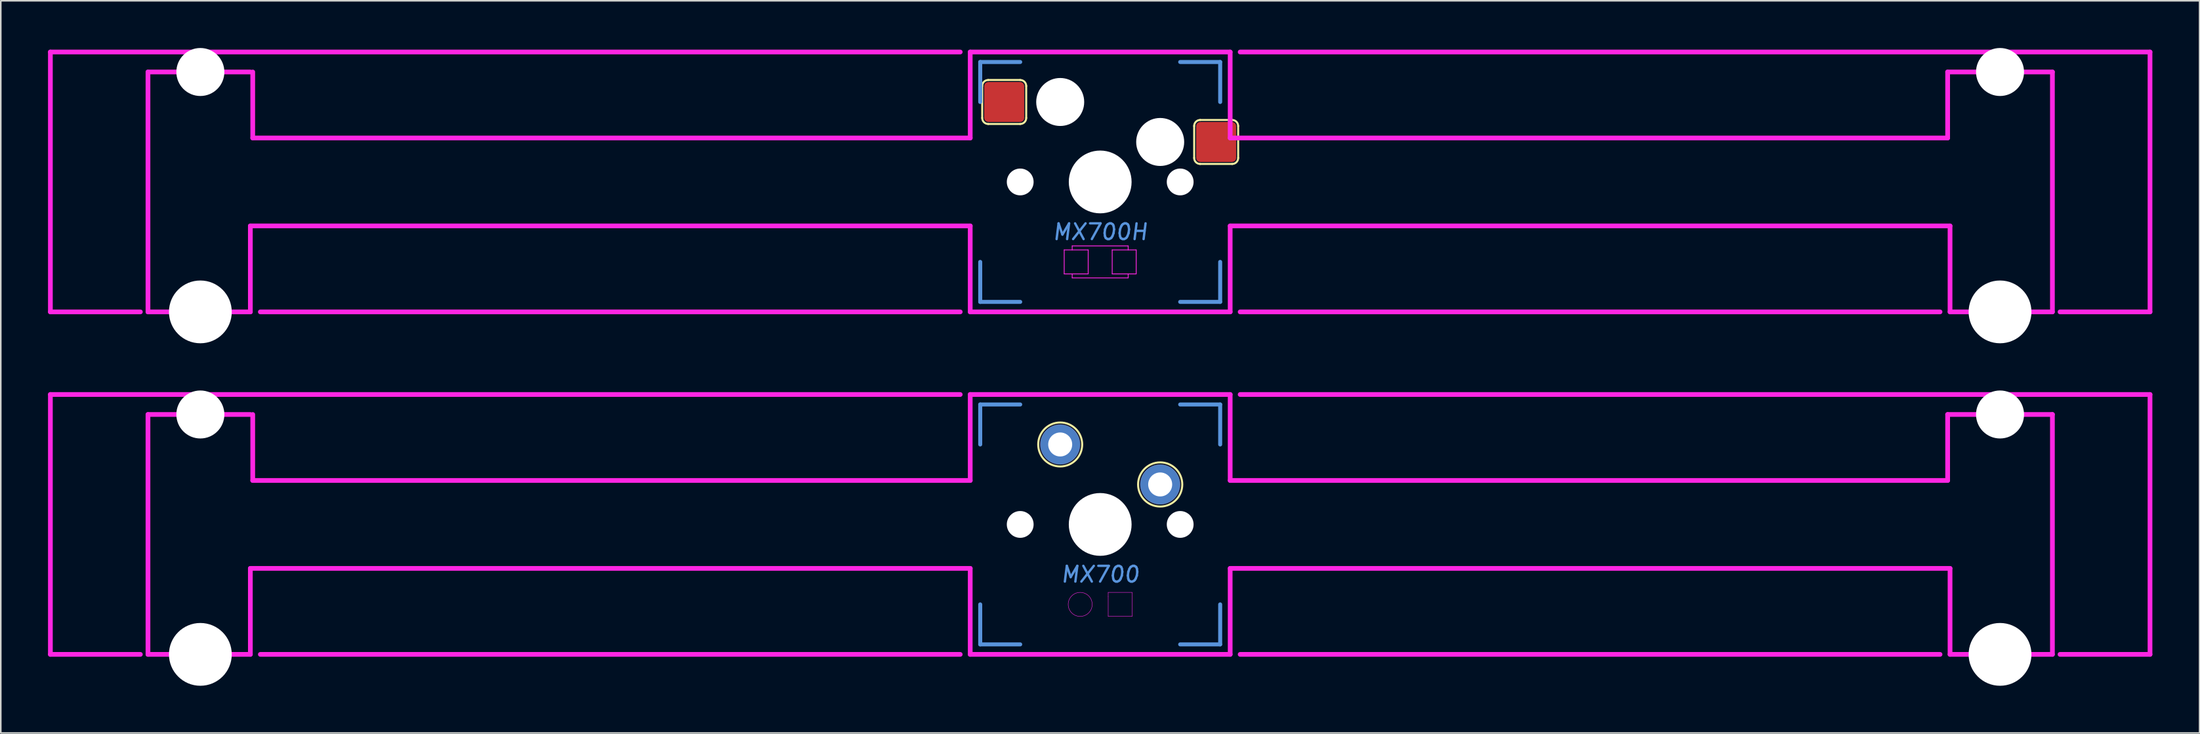
<source format=kicad_pcb>
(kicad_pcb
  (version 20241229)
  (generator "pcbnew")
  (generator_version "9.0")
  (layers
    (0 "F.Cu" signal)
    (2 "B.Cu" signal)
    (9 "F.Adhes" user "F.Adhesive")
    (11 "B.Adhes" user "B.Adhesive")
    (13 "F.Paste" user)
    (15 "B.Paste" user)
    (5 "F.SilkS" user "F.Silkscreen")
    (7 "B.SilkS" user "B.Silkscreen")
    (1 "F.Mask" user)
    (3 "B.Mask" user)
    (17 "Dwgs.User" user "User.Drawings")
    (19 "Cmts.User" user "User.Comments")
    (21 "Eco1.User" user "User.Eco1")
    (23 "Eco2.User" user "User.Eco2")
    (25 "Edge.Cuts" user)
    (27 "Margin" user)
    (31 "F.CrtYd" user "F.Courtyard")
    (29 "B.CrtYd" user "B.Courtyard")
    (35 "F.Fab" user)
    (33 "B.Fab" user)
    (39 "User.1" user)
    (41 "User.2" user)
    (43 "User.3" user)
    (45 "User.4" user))
  (footprint "MX700"
    (layer "F.Cu")
    (at 66.825 30.267)
    (property "Reference" "MX700" (at 0 3.175 0) (layer "Cmts.User") (effects (font (size 1 1) (thickness 0.15) (italic yes))))
    (attr through_hole)
    (fp_circle (center -2.54 -5.08) (end -1.143 -5.08) (stroke (width 0.127) (type solid)) (fill no) (layer "F.SilkS"))
    (fp_circle (center 3.81 -2.54) (end 5.213 -2.54) (stroke (width 0.127) (type solid)) (fill no) (layer "F.SilkS"))
    (fp_line (start -7.62 -7.62) (end -7.62 -5.08) (stroke (width 0.254) (type solid)) (layer "Cmts.User"))
    (fp_line (start -7.62 -7.62) (end -5.08 -7.62) (stroke (width 0.254) (type solid)) (layer "Cmts.User"))
    (fp_line (start -7.62 7.62) (end -7.62 5.08) (stroke (width 0.254) (type solid)) (layer "Cmts.User"))
    (fp_line (start -7.62 7.62) (end -5.08 7.62) (stroke (width 0.254) (type solid)) (layer "Cmts.User"))
    (fp_line (start 7.62 -7.62) (end 5.08 -7.62) (stroke (width 0.254) (type solid)) (layer "Cmts.User"))
    (fp_line (start 7.62 -7.62) (end 7.62 -5.08) (stroke (width 0.254) (type solid)) (layer "Cmts.User"))
    (fp_line (start 7.62 7.62) (end 5.08 7.62) (stroke (width 0.254) (type solid)) (layer "Cmts.User"))
    (fp_line (start 7.62 7.62) (end 7.62 5.08) (stroke (width 0.254) (type solid)) (layer "Cmts.User"))
    (fp_line (start -66.675 -8.255) (end -66.675 8.255) (stroke (width 0.3) (type solid)) (layer "F.CrtYd"))
    (fp_line (start -66.675 -8.255) (end -8.89 -8.255) (stroke (width 0.3) (type solid)) (layer "F.CrtYd"))
    (fp_line (start -66.675 8.255) (end -60.96 8.255) (stroke (width 0.3) (type solid)) (layer "F.CrtYd"))
    (fp_line (start -60.477 -6.985) (end -60.477 8.255) (stroke (width 0.3) (type solid)) (layer "F.CrtYd"))
    (fp_line (start -53.975 -6.985) (end -60.477 -6.985) (stroke (width 0.3) (type solid)) (layer "F.CrtYd"))
    (fp_line (start -53.975 2.794) (end -53.975 8.255) (stroke (width 0.3) (type solid)) (layer "F.CrtYd"))
    (fp_line (start -53.975 2.794) (end -8.255 2.794) (stroke (width 0.3) (type solid)) (layer "F.CrtYd"))
    (fp_line (start -53.975 8.255) (end -60.477 8.255) (stroke (width 0.3) (type solid)) (layer "F.CrtYd"))
    (fp_line (start -53.823 -6.985) (end -53.823 -2.794) (stroke (width 0.3) (type solid)) (layer "F.CrtYd"))
    (fp_line (start -53.823 -2.794) (end -8.255 -2.794) (stroke (width 0.3) (type solid)) (layer "F.CrtYd"))
    (fp_line (start -53.34 8.255) (end -8.89 8.255) (stroke (width 0.3) (type solid)) (layer "F.CrtYd"))
    (fp_line (start -8.255 -8.255) (end -8.255 -2.794) (stroke (width 0.3) (type solid)) (layer "F.CrtYd"))
    (fp_line (start -8.255 2.794) (end -8.255 8.255) (stroke (width 0.3) (type solid)) (layer "F.CrtYd"))
    (fp_line (start -8.255 8.255) (end 8.255 8.255) (stroke (width 0.3) (type solid)) (layer "F.CrtYd"))
    (fp_line (start 0.508 4.318) (end 2.032 4.318) (stroke (width 0.025) (type solid)) (layer "F.CrtYd"))
    (fp_line (start 0.508 4.572) (end 0.508 4.318) (stroke (width 0.025) (type solid)) (layer "F.CrtYd"))
    (fp_line (start 0.508 5.842) (end 0.508 4.572) (stroke (width 0.025) (type solid)) (layer "F.CrtYd"))
    (fp_line (start 2.032 4.318) (end 2.032 5.842) (stroke (width 0.025) (type solid)) (layer "F.CrtYd"))
    (fp_line (start 2.032 5.842) (end 0.508 5.842) (stroke (width 0.025) (type solid)) (layer "F.CrtYd"))
    (fp_line (start 8.255 -8.255) (end -8.255 -8.255) (stroke (width 0.3) (type solid)) (layer "F.CrtYd"))
    (fp_line (start 8.255 -8.255) (end 8.255 -2.794) (stroke (width 0.3) (type solid)) (layer "F.CrtYd"))
    (fp_line (start 8.255 2.794) (end 8.255 8.255) (stroke (width 0.3) (type solid)) (layer "F.CrtYd"))
    (fp_line (start 53.34 8.255) (end 8.89 8.255) (stroke (width 0.3) (type solid)) (layer "F.CrtYd"))
    (fp_line (start 53.823 -6.985) (end 53.823 -2.794) (stroke (width 0.3) (type solid)) (layer "F.CrtYd"))
    (fp_line (start 53.823 -2.794) (end 8.255 -2.794) (stroke (width 0.3) (type solid)) (layer "F.CrtYd"))
    (fp_line (start 53.975 2.794) (end 8.255 2.794) (stroke (width 0.3) (type solid)) (layer "F.CrtYd"))
    (fp_line (start 53.975 2.794) (end 53.975 8.255) (stroke (width 0.3) (type solid)) (layer "F.CrtYd"))
    (fp_line (start 60.477 -6.985) (end 53.823 -6.985) (stroke (width 0.3) (type solid)) (layer "F.CrtYd"))
    (fp_line (start 60.477 -6.985) (end 60.477 8.255) (stroke (width 0.3) (type solid)) (layer "F.CrtYd"))
    (fp_line (start 60.477 8.255) (end 53.975 8.255) (stroke (width 0.3) (type solid)) (layer "F.CrtYd"))
    (fp_line (start 66.675 -8.255) (end 8.89 -8.255) (stroke (width 0.3) (type solid)) (layer "F.CrtYd"))
    (fp_line (start 66.675 -8.255) (end 66.675 8.255) (stroke (width 0.3) (type solid)) (layer "F.CrtYd"))
    (fp_line (start 66.675 8.255) (end 60.96 8.255) (stroke (width 0.3) (type solid)) (layer "F.CrtYd"))
    (fp_circle (center -1.27 5.08) (end -0.508 5.08) (stroke (width 0.025) (type solid)) (fill no) (layer "F.CrtYd"))
    (pad "" np_thru_hole circle (at -57.15 -6.985) (size 3.048 3.048) (drill 3.048) (layers "*.Cu" "*.Mask"))
    (pad "" np_thru_hole circle (at -57.15 8.255) (size 3.988 3.988) (drill 3.988) (layers "*.Cu" "*.Mask"))
    (pad "" np_thru_hole circle (at -5.08 0) (size 1.702 1.702) (drill 1.702) (layers "*.Cu" "*.Mask"))
    (pad "" np_thru_hole circle (at 0 0) (size 3.988 3.988) (drill 3.988) (layers "*.Cu" "*.Mask"))
    (pad "" np_thru_hole circle (at 5.08 0) (size 1.702 1.702) (drill 1.702) (layers "*.Cu" "*.Mask"))
    (pad "" np_thru_hole circle (at 57.15 -6.985) (size 3.048 3.048) (drill 3.048) (layers "*.Cu" "*.Mask"))
    (pad "" np_thru_hole circle (at 57.15 8.255) (size 3.988 3.988) (drill 3.988) (layers "*.Cu" "*.Mask"))
    (pad "1" thru_hole circle (at 3.81 -2.54) (size 2.54 2.54) (drill 1.524) (layers "*.Cu" "*.Mask"))
    (pad "2" thru_hole circle (at -2.54 -5.08) (size 2.54 2.54) (drill 1.524) (layers "*.Cu" "*.Mask")))
  (footprint "MX700H"
    (layer "F.Cu")
    (at 66.825 8.509)
    (property "Reference" "MX700H" (at 0 3.175 0) (layer "Cmts.User") (effects (font (size 1 1) (thickness 0.15) (italic yes))))
    (attr through_hole)
    (fp_line (start -7.493 -6.096) (end -7.493 -4.064) (stroke (width 0.127) (type solid)) (layer "F.SilkS"))
    (fp_line (start -7.112 -3.683) (end -5.08 -3.683) (stroke (width 0.127) (type solid)) (layer "F.SilkS"))
    (fp_line (start -5.08 -6.477) (end -7.112 -6.477) (stroke (width 0.127) (type solid)) (layer "F.SilkS"))
    (fp_line (start -4.699 -4.064) (end -4.699 -6.096) (stroke (width 0.127) (type solid)) (layer "F.SilkS"))
    (fp_line (start 5.969 -3.556) (end 5.969 -1.524) (stroke (width 0.127) (type solid)) (layer "F.SilkS"))
    (fp_line (start 6.35 -1.143) (end 8.382 -1.143) (stroke (width 0.127) (type solid)) (layer "F.SilkS"))
    (fp_line (start 8.382 -3.937) (end 6.35 -3.937) (stroke (width 0.127) (type solid)) (layer "F.SilkS"))
    (fp_line (start 8.763 -1.524) (end 8.763 -3.556) (stroke (width 0.127) (type solid)) (layer "F.SilkS"))
    (fp_arc (start -7.493 -6.096) (mid -7.381408 -6.365408) (end -7.112 -6.477) (stroke (width 0.127) (type solid)) (layer "F.SilkS"))
    (fp_arc (start -7.112 -3.683) (mid -7.381408 -3.794592) (end -7.493 -4.064) (stroke (width 0.127) (type solid)) (layer "F.SilkS"))
    (fp_arc (start -5.08 -6.477) (mid -4.810592 -6.365408) (end -4.699 -6.096) (stroke (width 0.127) (type solid)) (layer "F.SilkS"))
    (fp_arc (start -4.699 -4.064) (mid -4.810592 -3.794592) (end -5.08 -3.683) (stroke (width 0.127) (type solid)) (layer "F.SilkS"))
    (fp_arc (start 5.969 -3.556) (mid 6.080592 -3.825408) (end 6.35 -3.937) (stroke (width 0.127) (type solid)) (layer "F.SilkS"))
    (fp_arc (start 6.35 -1.143) (mid 6.080592 -1.254592) (end 5.969 -1.524) (stroke (width 0.127) (type solid)) (layer "F.SilkS"))
    (fp_arc (start 8.382 -3.937) (mid 8.651408 -3.825408) (end 8.763 -3.556) (stroke (width 0.127) (type solid)) (layer "F.SilkS"))
    (fp_arc (start 8.763 -1.524) (mid 8.651408 -1.254592) (end 8.382 -1.143) (stroke (width 0.127) (type solid)) (layer "F.SilkS"))
    (fp_line (start -7.62 -7.62) (end -7.62 -5.08) (stroke (width 0.254) (type solid)) (layer "Cmts.User"))
    (fp_line (start -7.62 -7.62) (end -5.08 -7.62) (stroke (width 0.254) (type solid)) (layer "Cmts.User"))
    (fp_line (start -7.62 7.62) (end -7.62 5.08) (stroke (width 0.254) (type solid)) (layer "Cmts.User"))
    (fp_line (start -7.62 7.62) (end -5.08 7.62) (stroke (width 0.254) (type solid)) (layer "Cmts.User"))
    (fp_line (start 7.62 -7.62) (end 5.08 -7.62) (stroke (width 0.254) (type solid)) (layer "Cmts.User"))
    (fp_line (start 7.62 -7.62) (end 7.62 -5.08) (stroke (width 0.254) (type solid)) (layer "Cmts.User"))
    (fp_line (start 7.62 7.62) (end 5.08 7.62) (stroke (width 0.254) (type solid)) (layer "Cmts.User"))
    (fp_line (start 7.62 7.62) (end 7.62 5.08) (stroke (width 0.254) (type solid)) (layer "Cmts.User"))
    (fp_line (start -66.675 -8.255) (end -66.675 8.255) (stroke (width 0.3) (type solid)) (layer "F.CrtYd"))
    (fp_line (start -66.675 -8.255) (end -8.89 -8.255) (stroke (width 0.3) (type solid)) (layer "F.CrtYd"))
    (fp_line (start -66.675 8.255) (end -60.96 8.255) (stroke (width 0.3) (type solid)) (layer "F.CrtYd"))
    (fp_line (start -60.477 -6.985) (end -60.477 8.255) (stroke (width 0.3) (type solid)) (layer "F.CrtYd"))
    (fp_line (start -53.975 -6.985) (end -60.477 -6.985) (stroke (width 0.3) (type solid)) (layer "F.CrtYd"))
    (fp_line (start -53.975 2.794) (end -53.975 8.255) (stroke (width 0.3) (type solid)) (layer "F.CrtYd"))
    (fp_line (start -53.975 2.794) (end -8.255 2.794) (stroke (width 0.3) (type solid)) (layer "F.CrtYd"))
    (fp_line (start -53.975 8.255) (end -60.477 8.255) (stroke (width 0.3) (type solid)) (layer "F.CrtYd"))
    (fp_line (start -53.823 -6.985) (end -53.823 -2.794) (stroke (width 0.3) (type solid)) (layer "F.CrtYd"))
    (fp_line (start -53.823 -2.794) (end -8.255 -2.794) (stroke (width 0.3) (type solid)) (layer "F.CrtYd"))
    (fp_line (start -53.34 8.255) (end -8.89 8.255) (stroke (width 0.3) (type solid)) (layer "F.CrtYd"))
    (fp_line (start -8.255 -8.255) (end -8.255 -2.794) (stroke (width 0.3) (type solid)) (layer "F.CrtYd"))
    (fp_line (start -8.255 2.794) (end -8.255 8.255) (stroke (width 0.3) (type solid)) (layer "F.CrtYd"))
    (fp_line (start -8.255 8.255) (end 8.255 8.255) (stroke (width 0.3) (type solid)) (layer "F.CrtYd"))
    (fp_line (start -2.286 4.318) (end -0.762 4.318) (stroke (width 0.051) (type solid)) (layer "F.CrtYd"))
    (fp_line (start -2.286 5.842) (end -2.286 4.318) (stroke (width 0.051) (type solid)) (layer "F.CrtYd"))
    (fp_line (start -1.778 4.064) (end 1.778 4.064) (stroke (width 0.051) (type solid)) (layer "F.CrtYd"))
    (fp_line (start -1.778 4.318) (end -1.778 4.064) (stroke (width 0.051) (type solid)) (layer "F.CrtYd"))
    (fp_line (start -1.778 6.096) (end -1.778 5.842) (stroke (width 0.051) (type solid)) (layer "F.CrtYd"))
    (fp_line (start -0.762 4.318) (end -0.762 5.842) (stroke (width 0.051) (type solid)) (layer "F.CrtYd"))
    (fp_line (start -0.762 5.842) (end -2.286 5.842) (stroke (width 0.051) (type solid)) (layer "F.CrtYd"))
    (fp_line (start 0.762 4.318) (end 2.286 4.318) (stroke (width 0.051) (type solid)) (layer "F.CrtYd"))
    (fp_line (start 0.762 5.842) (end 0.762 4.318) (stroke (width 0.051) (type solid)) (layer "F.CrtYd"))
    (fp_line (start 1.778 4.064) (end 1.778 4.318) (stroke (width 0.051) (type solid)) (layer "F.CrtYd"))
    (fp_line (start 1.778 5.842) (end 1.778 6.096) (stroke (width 0.051) (type solid)) (layer "F.CrtYd"))
    (fp_line (start 1.778 6.096) (end -1.778 6.096) (stroke (width 0.051) (type solid)) (layer "F.CrtYd"))
    (fp_line (start 2.286 4.318) (end 2.286 5.842) (stroke (width 0.051) (type solid)) (layer "F.CrtYd"))
    (fp_line (start 2.286 5.842) (end 0.762 5.842) (stroke (width 0.051) (type solid)) (layer "F.CrtYd"))
    (fp_line (start 8.255 -8.255) (end -8.255 -8.255) (stroke (width 0.3) (type solid)) (layer "F.CrtYd"))
    (fp_line (start 8.255 -8.255) (end 8.255 -2.794) (stroke (width 0.3) (type solid)) (layer "F.CrtYd"))
    (fp_line (start 8.255 2.794) (end 8.255 8.255) (stroke (width 0.3) (type solid)) (layer "F.CrtYd"))
    (fp_line (start 53.34 8.255) (end 8.89 8.255) (stroke (width 0.3) (type solid)) (layer "F.CrtYd"))
    (fp_line (start 53.823 -6.985) (end 53.823 -2.794) (stroke (width 0.3) (type solid)) (layer "F.CrtYd"))
    (fp_line (start 53.823 -2.794) (end 8.255 -2.794) (stroke (width 0.3) (type solid)) (layer "F.CrtYd"))
    (fp_line (start 53.975 2.794) (end 8.255 2.794) (stroke (width 0.3) (type solid)) (layer "F.CrtYd"))
    (fp_line (start 53.975 2.794) (end 53.975 8.255) (stroke (width 0.3) (type solid)) (layer "F.CrtYd"))
    (fp_line (start 60.477 -6.985) (end 53.823 -6.985) (stroke (width 0.3) (type solid)) (layer "F.CrtYd"))
    (fp_line (start 60.477 -6.985) (end 60.477 8.255) (stroke (width 0.3) (type solid)) (layer "F.CrtYd"))
    (fp_line (start 60.477 8.255) (end 53.975 8.255) (stroke (width 0.3) (type solid)) (layer "F.CrtYd"))
    (fp_line (start 66.675 -8.255) (end 8.89 -8.255) (stroke (width 0.3) (type solid)) (layer "F.CrtYd"))
    (fp_line (start 66.675 -8.255) (end 66.675 8.255) (stroke (width 0.3) (type solid)) (layer "F.CrtYd"))
    (fp_line (start 66.675 8.255) (end 60.96 8.255) (stroke (width 0.3) (type solid)) (layer "F.CrtYd"))
    (pad "" np_thru_hole circle (at -57.15 -6.985) (size 3.048 3.048) (drill 3.048) (layers "*.Cu" "*.Mask"))
    (pad "" np_thru_hole circle (at -57.15 8.255) (size 3.988 3.988) (drill 3.988) (layers "*.Cu" "*.Mask"))
    (pad "" np_thru_hole circle (at -5.08 0) (size 1.702 1.702) (drill 1.702) (layers "*.Cu" "*.Mask"))
    (pad "" np_thru_hole circle (at -2.54 -5.08) (size 3.048 3.048) (drill 3.048) (layers "*.Cu" "*.Mask"))
    (pad "" np_thru_hole circle (at 0 0) (size 3.988 3.988) (drill 3.988) (layers "*.Cu" "*.Mask"))
    (pad "" np_thru_hole circle (at 3.81 -2.54) (size 3.048 3.048) (drill 3.048) (layers "*.Cu" "*.Mask"))
    (pad "" np_thru_hole circle (at 5.08 0) (size 1.702 1.702) (drill 1.702) (layers "*.Cu" "*.Mask"))
    (pad "" np_thru_hole circle (at 57.15 -6.985) (size 3.048 3.048) (drill 3.048) (layers "*.Cu" "*.Mask"))
    (pad "" np_thru_hole circle (at 57.15 8.255) (size 3.988 3.988) (drill 3.988) (layers "*.Cu" "*.Mask"))
    (pad "1" smd roundrect (at 7.366 -2.54) (size 2.54 2.54) (layers "F.Cu" "F.Mask" "F.Paste") (roundrect_rratio 0.1))
    (pad "2" smd roundrect (at -6.096 -5.08) (size 2.54 2.54) (layers "F.Cu" "F.Mask" "F.Paste") (roundrect_rratio 0.1)))
  (gr_rect
    (start -3 -3)
    (end 136.65 43.516)
    (stroke (width 0.1) (type default))
    (fill no)
    (layer "Edge.Cuts")))
</source>
